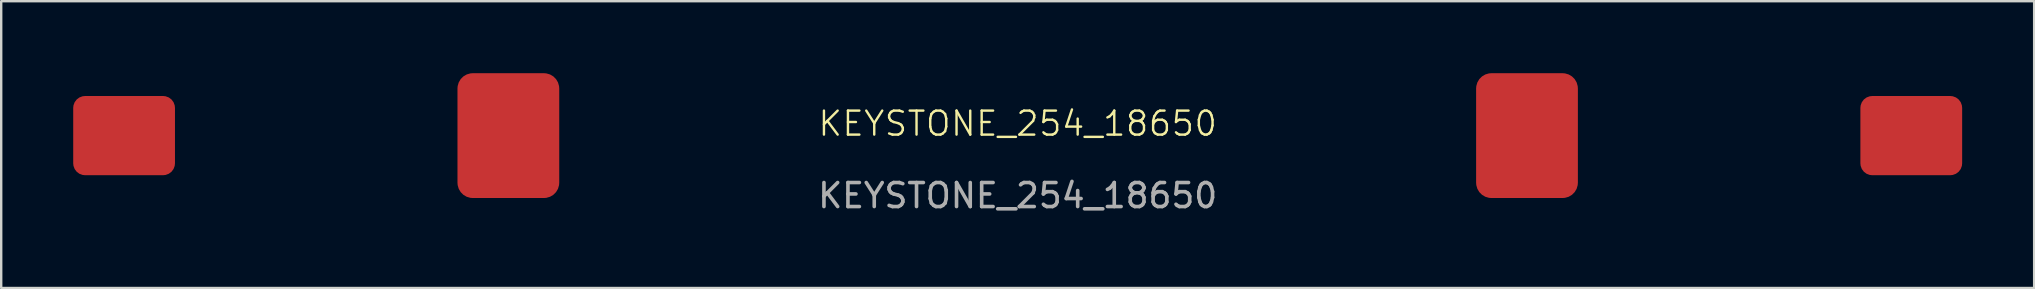
<source format=kicad_pcb>
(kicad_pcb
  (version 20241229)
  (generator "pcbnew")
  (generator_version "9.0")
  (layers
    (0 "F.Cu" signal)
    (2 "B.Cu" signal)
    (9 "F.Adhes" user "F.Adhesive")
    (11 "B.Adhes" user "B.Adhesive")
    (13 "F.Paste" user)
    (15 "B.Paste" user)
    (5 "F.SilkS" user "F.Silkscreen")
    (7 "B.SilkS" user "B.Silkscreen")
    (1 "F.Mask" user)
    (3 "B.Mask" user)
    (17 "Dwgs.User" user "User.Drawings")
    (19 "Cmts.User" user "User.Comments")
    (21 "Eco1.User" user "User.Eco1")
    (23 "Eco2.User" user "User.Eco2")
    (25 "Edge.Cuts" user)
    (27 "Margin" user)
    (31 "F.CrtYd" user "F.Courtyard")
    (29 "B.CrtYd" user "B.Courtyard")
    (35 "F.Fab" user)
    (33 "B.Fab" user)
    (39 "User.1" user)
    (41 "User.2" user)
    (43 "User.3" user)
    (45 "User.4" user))
  (footprint "KEYSTONE_254_18650"
    (layer "F.Cu")
    (at 39.35 2.6)
    (property "Reference" "KEYSTONE_254_18650" (at 0 -0.5 0) (unlocked yes) (layer "F.SilkS") (effects (font (size 1 1) (thickness 0.1))))
    (attr smd)
    (fp_text user "${REFERENCE}" (at 0 2.5 0) (unlocked yes) (layer "F.Fab") (effects (font (size 1 1) (thickness 0.15))))
    (pad "1" smd roundrect (at 21.22 0) (size 4.24 5.2) (layers "F.Cu" "F.Mask" "F.Paste") (roundrect_rratio 0.15))
    (pad "1" smd roundrect (at 37.23 0) (size 4.24 3.3) (layers "F.Cu" "F.Mask" "F.Paste") (roundrect_rratio 0.15))
    (pad "2" smd roundrect (at -37.23 0) (size 4.24 3.3) (layers "F.Cu" "F.Mask" "F.Paste") (roundrect_rratio 0.15))
    (pad "2" smd roundrect (at -21.22 0) (size 4.24 5.2) (layers "F.Cu" "F.Mask" "F.Paste") (roundrect_rratio 0.15)))
  (gr_rect
    (start -3 -3)
    (end 81.7 8.948)
    (stroke (width 0.1) (type default))
    (fill no)
    (layer "Edge.Cuts")))
</source>
